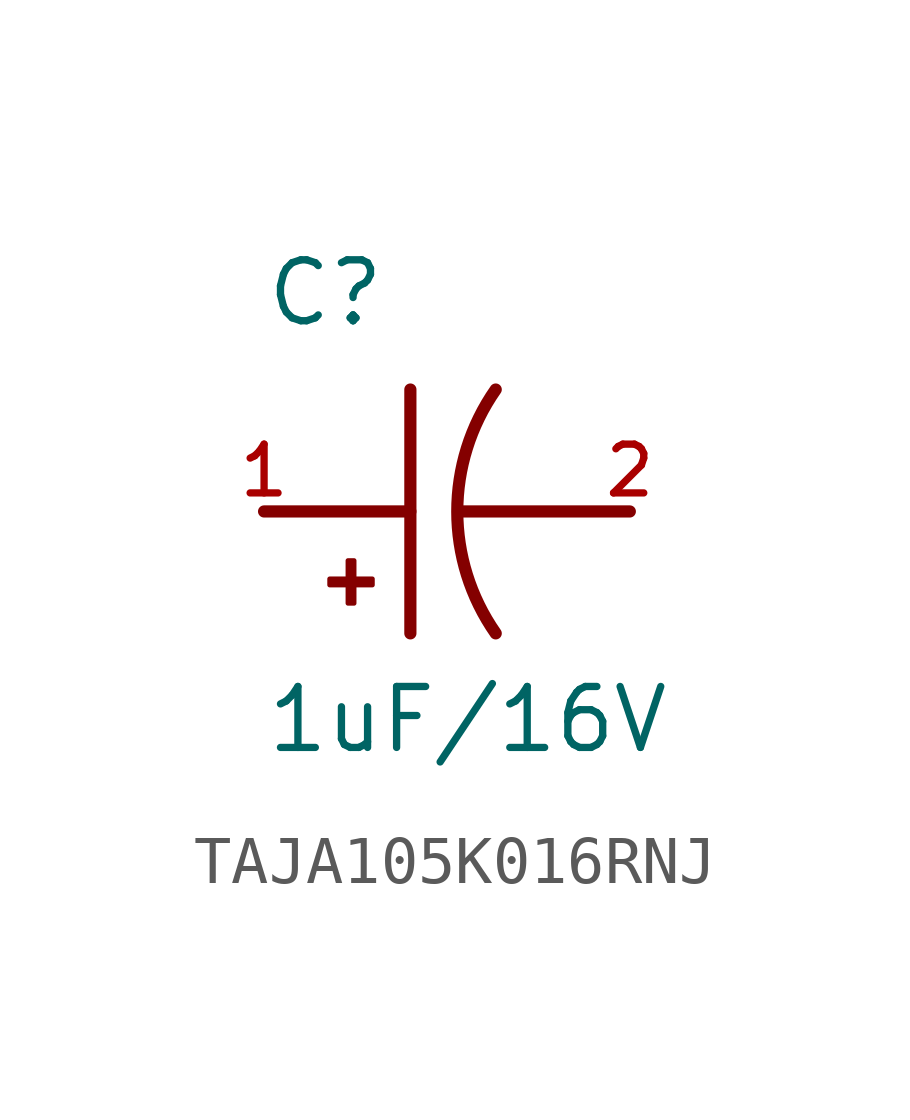
<source format=kicad_sym>
(kicad_symbol_lib
  (version 20220914)
  (generator kicad_symbol_editor)
  (symbol "TAJA105K016RNJ"
    (pin_names
      (offset 1.016))
    (property "Reference" "C"
      (at -5.08 3.81 0)
      (effects (font (size 1.27 1.27)) (justify left bottom)))
    (property "Value" "1uF/16V"
      (at -5.08 -5.08 0)
      (effects (font (size 1.27 1.27)) (justify left bottom)))
    (symbol "TAJA105K016RNJ_0_0"
      (rectangle (start -3.713 -1.532) (end -2.824 -1.405) (stroke (width 0.1) (type default)) (fill (type outline)))
      (rectangle (start -3.332 -1.913) (end -3.205 -1.024) (stroke (width 0.1) (type default)) (fill (type outline)))
      (arc (start -0.254 2.54) (mid -1.0549 0) (end -0.254 -2.54) (stroke (width 0.254) (type default)) (fill (type none)))
      (polyline (pts (xy -5.08 0) (xy -2.032 0)) (stroke (width 0.254) (type default)) (fill (type none)))
      (polyline (pts (xy -2.032 2.54) (xy -2.032 -2.54)) (stroke (width 0.254) (type default)) (fill (type none)))
      (polyline (pts (xy -1.016 0) (xy 2.54 0)) (stroke (width 0.254) (type default)) (fill (type none)))
      (pin passive line (at -5.08 0 0) (length 0) (name "~" (effects (font (size 1.016 1.016)))) (number "1" (effects (font (size 1.016 1.016)))))
      (pin passive line (at 2.54 0 180) (length 0) (name "~" (effects (font (size 1.016 1.016)))) (number "2" (effects (font (size 1.016 1.016))))))))
</source>
